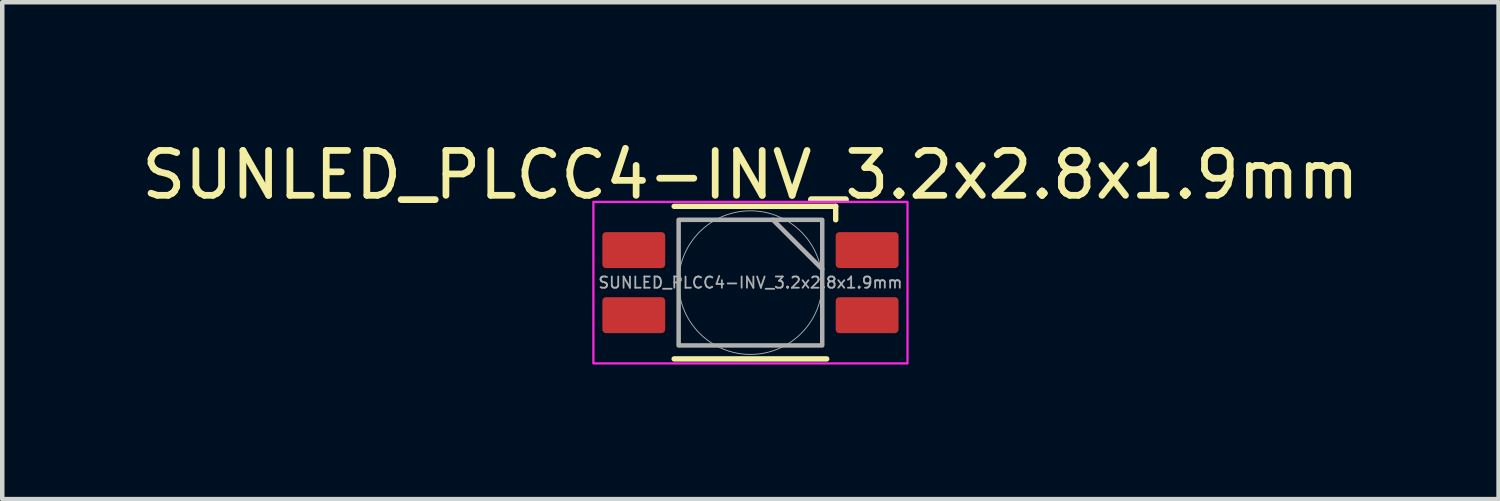
<source format=kicad_pcb>
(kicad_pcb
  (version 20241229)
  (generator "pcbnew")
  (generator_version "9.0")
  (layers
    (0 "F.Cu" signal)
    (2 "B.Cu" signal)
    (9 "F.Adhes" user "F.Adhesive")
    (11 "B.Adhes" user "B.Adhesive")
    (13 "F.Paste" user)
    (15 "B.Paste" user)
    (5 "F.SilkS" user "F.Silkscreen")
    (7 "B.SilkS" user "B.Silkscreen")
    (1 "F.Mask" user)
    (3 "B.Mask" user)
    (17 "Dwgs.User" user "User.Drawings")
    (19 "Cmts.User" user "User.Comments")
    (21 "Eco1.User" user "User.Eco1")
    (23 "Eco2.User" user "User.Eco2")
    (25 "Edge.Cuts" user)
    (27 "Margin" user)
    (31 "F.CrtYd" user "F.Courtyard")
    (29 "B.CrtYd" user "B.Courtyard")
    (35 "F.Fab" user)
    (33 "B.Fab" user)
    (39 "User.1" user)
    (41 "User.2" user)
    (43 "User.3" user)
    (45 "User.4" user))
  (footprint "SUNLED_PLCC4-INV_3.2x2.8x1.9mm"
    (layer "F.Cu")
    (at 13.673 3.248)
    (property "Reference" "SUNLED_PLCC4-INV_3.2x2.8x1.9mm" (at 0 -2.4 0) (unlocked yes) (layer "F.SilkS") (effects (font (size 1 1) (thickness 0.15))))
    (attr smd)
    (fp_line (start 1.7 1.7) (end -1.7 1.7) (stroke (width 0.12) (type solid)) (layer "F.SilkS"))
    (fp_line (start 1.9 -1.7) (end -1.7 -1.7) (stroke (width 0.12) (type solid)) (layer "F.SilkS"))
    (fp_line (start 1.9 -1.4) (end 1.9 -1.7) (stroke (width 0.12) (type default)) (layer "F.SilkS"))
    (fp_rect (start 3.5 -1.8) (end -3.5 1.8) (stroke (width 0.05) (type default)) (fill no) (layer "F.CrtYd"))
    (fp_line (start 1.6 -0.3) (end 0.5 -1.4) (stroke (width 0.1) (type default)) (layer "F.Fab"))
    (fp_rect (start 1.6 -1.4) (end -1.6 1.4) (stroke (width 0.1) (type default)) (fill no) (layer "F.Fab"))
    (fp_circle (center 0 0) (end -1.6 0) (stroke (width 0.02) (type solid)) (fill no) (layer "F.Fab"))
    (fp_text user "${REFERENCE}" (at 0 0 0) (unlocked yes) (layer "F.Fab") (effects (font (size 0.25 0.25) (thickness 0.04))))
    (pad "1" smd roundrect (at 2.6 -0.725 180) (size 1.4 0.8) (layers "F.Cu" "F.Mask" "F.Paste") (roundrect_rratio 0.1))
    (pad "2" smd roundrect (at -2.6 -0.725 180) (size 1.4 0.8) (layers "F.Cu" "F.Mask" "F.Paste") (roundrect_rratio 0.1))
    (pad "3" smd roundrect (at -2.6 0.725 180) (size 1.4 0.8) (layers "F.Cu" "F.Mask" "F.Paste") (roundrect_rratio 0.1))
    (pad "4" smd roundrect (at 2.6 0.725 180) (size 1.4 0.8) (layers "F.Cu" "F.Mask" "F.Paste") (roundrect_rratio 0.1)))
  (gr_rect
    (start -3 -3)
    (end 30.345 8.073)
    (stroke (width 0.1) (type default))
    (fill no)
    (layer "Edge.Cuts")))
</source>
